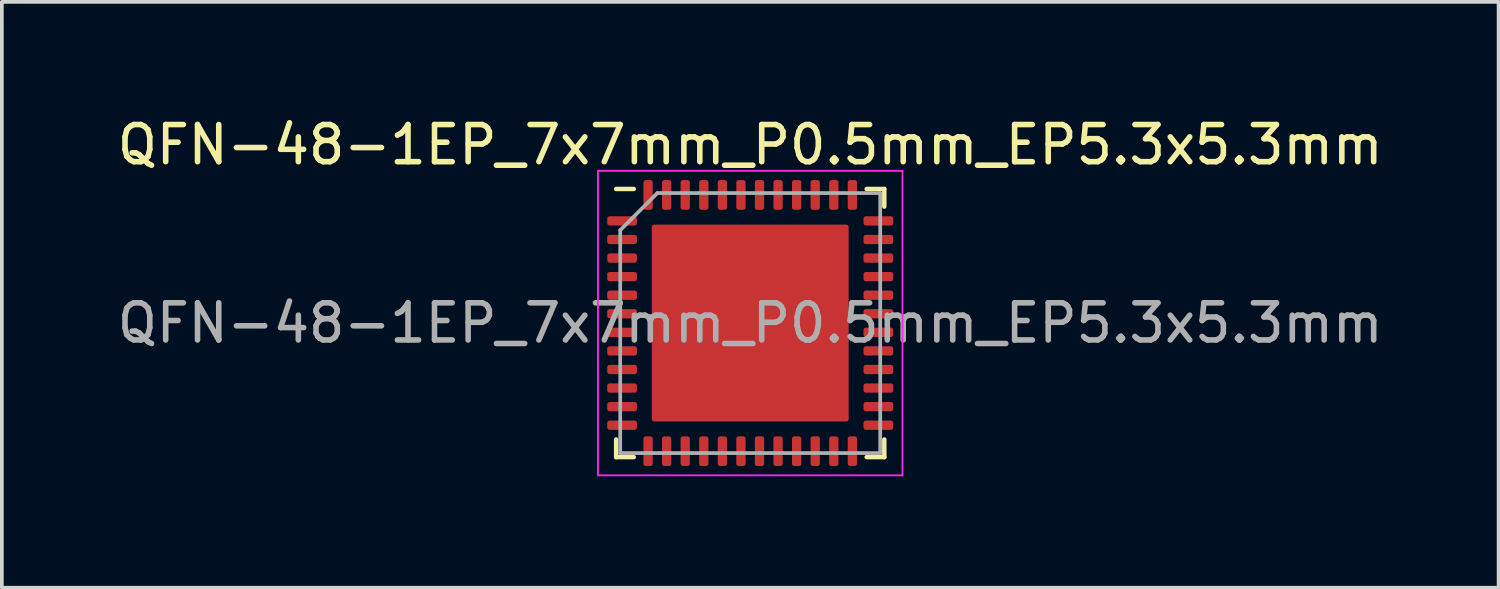
<source format=kicad_pcb>
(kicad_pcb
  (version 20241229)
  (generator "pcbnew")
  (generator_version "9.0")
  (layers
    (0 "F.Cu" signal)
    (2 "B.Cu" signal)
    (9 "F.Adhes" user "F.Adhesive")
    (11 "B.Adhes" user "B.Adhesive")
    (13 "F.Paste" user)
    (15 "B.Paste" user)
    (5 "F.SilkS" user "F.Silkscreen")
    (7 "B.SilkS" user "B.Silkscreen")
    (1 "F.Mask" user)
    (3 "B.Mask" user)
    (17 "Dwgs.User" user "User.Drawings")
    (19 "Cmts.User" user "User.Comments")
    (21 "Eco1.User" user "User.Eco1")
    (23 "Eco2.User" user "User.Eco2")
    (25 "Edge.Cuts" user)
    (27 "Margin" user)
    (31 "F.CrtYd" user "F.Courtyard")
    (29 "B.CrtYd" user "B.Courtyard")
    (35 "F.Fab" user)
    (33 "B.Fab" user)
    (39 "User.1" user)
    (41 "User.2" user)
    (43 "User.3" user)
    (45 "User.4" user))
  (footprint "QFN-48-1EP_7x7mm_P0.5mm_EP5.3x5.3mm"
    (layer "F.Cu")
    (at 17.149 5.648)
    (property "Reference" "QFN-48-1EP_7x7mm_P0.5mm_EP5.3x5.3mm" (at 0 -4.8 0) (layer "F.SilkS") (effects (font (size 1 1) (thickness 0.15))))
    (attr smd)
    (fp_line (start -3.61 3.61) (end -3.61 3.135) (stroke (width 0.12) (type solid)) (layer "F.SilkS"))
    (fp_line (start -3.135 -3.61) (end -3.61 -3.61) (stroke (width 0.12) (type solid)) (layer "F.SilkS"))
    (fp_line (start -3.135 3.61) (end -3.61 3.61) (stroke (width 0.12) (type solid)) (layer "F.SilkS"))
    (fp_line (start 3.135 -3.61) (end 3.61 -3.61) (stroke (width 0.12) (type solid)) (layer "F.SilkS"))
    (fp_line (start 3.135 3.61) (end 3.61 3.61) (stroke (width 0.12) (type solid)) (layer "F.SilkS"))
    (fp_line (start 3.61 -3.61) (end 3.61 -3.135) (stroke (width 0.12) (type solid)) (layer "F.SilkS"))
    (fp_line (start 3.61 3.61) (end 3.61 3.135) (stroke (width 0.12) (type solid)) (layer "F.SilkS"))
    (fp_line (start -4.1 -4.1) (end -4.1 4.1) (stroke (width 0.05) (type solid)) (layer "F.CrtYd"))
    (fp_line (start -4.1 4.1) (end 4.1 4.1) (stroke (width 0.05) (type solid)) (layer "F.CrtYd"))
    (fp_line (start 4.1 -4.1) (end -4.1 -4.1) (stroke (width 0.05) (type solid)) (layer "F.CrtYd"))
    (fp_line (start 4.1 4.1) (end 4.1 -4.1) (stroke (width 0.05) (type solid)) (layer "F.CrtYd"))
    (fp_line (start -3.5 -2.5) (end -2.5 -3.5) (stroke (width 0.1) (type solid)) (layer "F.Fab"))
    (fp_line (start -3.5 3.5) (end -3.5 -2.5) (stroke (width 0.1) (type solid)) (layer "F.Fab"))
    (fp_line (start -2.5 -3.5) (end 3.5 -3.5) (stroke (width 0.1) (type solid)) (layer "F.Fab"))
    (fp_line (start 3.5 -3.5) (end 3.5 3.5) (stroke (width 0.1) (type solid)) (layer "F.Fab"))
    (fp_line (start 3.5 3.5) (end -3.5 3.5) (stroke (width 0.1) (type solid)) (layer "F.Fab"))
    (fp_text user "${REFERENCE}" (at 0 0 0) (layer "F.Fab") (effects (font (size 1 1) (thickness 0.15))))
    (pad "" smd roundrect (at -1.98 -1.98) (size 1.07 1.07) (layers "F.Paste") (roundrect_rratio 0.234))
    (pad "" smd roundrect (at -1.98 -0.66) (size 1.07 1.07) (layers "F.Paste") (roundrect_rratio 0.234))
    (pad "" smd roundrect (at -1.98 0.66) (size 1.07 1.07) (layers "F.Paste") (roundrect_rratio 0.234))
    (pad "" smd roundrect (at -1.98 1.98) (size 1.07 1.07) (layers "F.Paste") (roundrect_rratio 0.234))
    (pad "" smd roundrect (at -0.66 -1.98) (size 1.07 1.07) (layers "F.Paste") (roundrect_rratio 0.234))
    (pad "" smd roundrect (at -0.66 -0.66) (size 1.07 1.07) (layers "F.Paste") (roundrect_rratio 0.234))
    (pad "" smd roundrect (at -0.66 0.66) (size 1.07 1.07) (layers "F.Paste") (roundrect_rratio 0.234))
    (pad "" smd roundrect (at -0.66 1.98) (size 1.07 1.07) (layers "F.Paste") (roundrect_rratio 0.234))
    (pad "" smd roundrect (at 0.66 -1.98) (size 1.07 1.07) (layers "F.Paste") (roundrect_rratio 0.234))
    (pad "" smd roundrect (at 0.66 -0.66) (size 1.07 1.07) (layers "F.Paste") (roundrect_rratio 0.234))
    (pad "" smd roundrect (at 0.66 0.66) (size 1.07 1.07) (layers "F.Paste") (roundrect_rratio 0.234))
    (pad "" smd roundrect (at 0.66 1.98) (size 1.07 1.07) (layers "F.Paste") (roundrect_rratio 0.234))
    (pad "" smd roundrect (at 1.98 -1.98) (size 1.07 1.07) (layers "F.Paste") (roundrect_rratio 0.234))
    (pad "" smd roundrect (at 1.98 -0.66) (size 1.07 1.07) (layers "F.Paste") (roundrect_rratio 0.234))
    (pad "" smd roundrect (at 1.98 0.66) (size 1.07 1.07) (layers "F.Paste") (roundrect_rratio 0.234))
    (pad "" smd roundrect (at 1.98 1.98) (size 1.07 1.07) (layers "F.Paste") (roundrect_rratio 0.234))
    (pad "1" smd roundrect (at -3.45 -2.75) (size 0.8 0.25) (layers "F.Cu" "F.Mask" "F.Paste") (roundrect_rratio 0.25))
    (pad "2" smd roundrect (at -3.45 -2.25) (size 0.8 0.25) (layers "F.Cu" "F.Mask" "F.Paste") (roundrect_rratio 0.25))
    (pad "3" smd roundrect (at -3.45 -1.75) (size 0.8 0.25) (layers "F.Cu" "F.Mask" "F.Paste") (roundrect_rratio 0.25))
    (pad "4" smd roundrect (at -3.45 -1.25) (size 0.8 0.25) (layers "F.Cu" "F.Mask" "F.Paste") (roundrect_rratio 0.25))
    (pad "5" smd roundrect (at -3.45 -0.75) (size 0.8 0.25) (layers "F.Cu" "F.Mask" "F.Paste") (roundrect_rratio 0.25))
    (pad "6" smd roundrect (at -3.45 -0.25) (size 0.8 0.25) (layers "F.Cu" "F.Mask" "F.Paste") (roundrect_rratio 0.25))
    (pad "7" smd roundrect (at -3.45 0.25) (size 0.8 0.25) (layers "F.Cu" "F.Mask" "F.Paste") (roundrect_rratio 0.25))
    (pad "8" smd roundrect (at -3.45 0.75) (size 0.8 0.25) (layers "F.Cu" "F.Mask" "F.Paste") (roundrect_rratio 0.25))
    (pad "9" smd roundrect (at -3.45 1.25) (size 0.8 0.25) (layers "F.Cu" "F.Mask" "F.Paste") (roundrect_rratio 0.25))
    (pad "10" smd roundrect (at -3.45 1.75) (size 0.8 0.25) (layers "F.Cu" "F.Mask" "F.Paste") (roundrect_rratio 0.25))
    (pad "11" smd roundrect (at -3.45 2.25) (size 0.8 0.25) (layers "F.Cu" "F.Mask" "F.Paste") (roundrect_rratio 0.25))
    (pad "12" smd roundrect (at -3.45 2.75) (size 0.8 0.25) (layers "F.Cu" "F.Mask" "F.Paste") (roundrect_rratio 0.25))
    (pad "13" smd roundrect (at -2.75 3.45) (size 0.25 0.8) (layers "F.Cu" "F.Mask" "F.Paste") (roundrect_rratio 0.25))
    (pad "14" smd roundrect (at -2.25 3.45) (size 0.25 0.8) (layers "F.Cu" "F.Mask" "F.Paste") (roundrect_rratio 0.25))
    (pad "15" smd roundrect (at -1.75 3.45) (size 0.25 0.8) (layers "F.Cu" "F.Mask" "F.Paste") (roundrect_rratio 0.25))
    (pad "16" smd roundrect (at -1.25 3.45) (size 0.25 0.8) (layers "F.Cu" "F.Mask" "F.Paste") (roundrect_rratio 0.25))
    (pad "17" smd roundrect (at -0.75 3.45) (size 0.25 0.8) (layers "F.Cu" "F.Mask" "F.Paste") (roundrect_rratio 0.25))
    (pad "18" smd roundrect (at -0.25 3.45) (size 0.25 0.8) (layers "F.Cu" "F.Mask" "F.Paste") (roundrect_rratio 0.25))
    (pad "19" smd roundrect (at 0.25 3.45) (size 0.25 0.8) (layers "F.Cu" "F.Mask" "F.Paste") (roundrect_rratio 0.25))
    (pad "20" smd roundrect (at 0.75 3.45) (size 0.25 0.8) (layers "F.Cu" "F.Mask" "F.Paste") (roundrect_rratio 0.25))
    (pad "21" smd roundrect (at 1.25 3.45) (size 0.25 0.8) (layers "F.Cu" "F.Mask" "F.Paste") (roundrect_rratio 0.25))
    (pad "22" smd roundrect (at 1.75 3.45) (size 0.25 0.8) (layers "F.Cu" "F.Mask" "F.Paste") (roundrect_rratio 0.25))
    (pad "23" smd roundrect (at 2.25 3.45) (size 0.25 0.8) (layers "F.Cu" "F.Mask" "F.Paste") (roundrect_rratio 0.25))
    (pad "24" smd roundrect (at 2.75 3.45) (size 0.25 0.8) (layers "F.Cu" "F.Mask" "F.Paste") (roundrect_rratio 0.25))
    (pad "25" smd roundrect (at 3.45 2.75) (size 0.8 0.25) (layers "F.Cu" "F.Mask" "F.Paste") (roundrect_rratio 0.25))
    (pad "26" smd roundrect (at 3.45 2.25) (size 0.8 0.25) (layers "F.Cu" "F.Mask" "F.Paste") (roundrect_rratio 0.25))
    (pad "27" smd roundrect (at 3.45 1.75) (size 0.8 0.25) (layers "F.Cu" "F.Mask" "F.Paste") (roundrect_rratio 0.25))
    (pad "28" smd roundrect (at 3.45 1.25) (size 0.8 0.25) (layers "F.Cu" "F.Mask" "F.Paste") (roundrect_rratio 0.25))
    (pad "29" smd roundrect (at 3.45 0.75) (size 0.8 0.25) (layers "F.Cu" "F.Mask" "F.Paste") (roundrect_rratio 0.25))
    (pad "30" smd roundrect (at 3.45 0.25) (size 0.8 0.25) (layers "F.Cu" "F.Mask" "F.Paste") (roundrect_rratio 0.25))
    (pad "31" smd roundrect (at 3.45 -0.25) (size 0.8 0.25) (layers "F.Cu" "F.Mask" "F.Paste") (roundrect_rratio 0.25))
    (pad "32" smd roundrect (at 3.45 -0.75) (size 0.8 0.25) (layers "F.Cu" "F.Mask" "F.Paste") (roundrect_rratio 0.25))
    (pad "33" smd roundrect (at 3.45 -1.25) (size 0.8 0.25) (layers "F.Cu" "F.Mask" "F.Paste") (roundrect_rratio 0.25))
    (pad "34" smd roundrect (at 3.45 -1.75) (size 0.8 0.25) (layers "F.Cu" "F.Mask" "F.Paste") (roundrect_rratio 0.25))
    (pad "35" smd roundrect (at 3.45 -2.25) (size 0.8 0.25) (layers "F.Cu" "F.Mask" "F.Paste") (roundrect_rratio 0.25))
    (pad "36" smd roundrect (at 3.45 -2.75) (size 0.8 0.25) (layers "F.Cu" "F.Mask" "F.Paste") (roundrect_rratio 0.25))
    (pad "37" smd roundrect (at 2.75 -3.45) (size 0.25 0.8) (layers "F.Cu" "F.Mask" "F.Paste") (roundrect_rratio 0.25))
    (pad "38" smd roundrect (at 2.25 -3.45) (size 0.25 0.8) (layers "F.Cu" "F.Mask" "F.Paste") (roundrect_rratio 0.25))
    (pad "39" smd roundrect (at 1.75 -3.45) (size 0.25 0.8) (layers "F.Cu" "F.Mask" "F.Paste") (roundrect_rratio 0.25))
    (pad "40" smd roundrect (at 1.25 -3.45) (size 0.25 0.8) (layers "F.Cu" "F.Mask" "F.Paste") (roundrect_rratio 0.25))
    (pad "41" smd roundrect (at 0.75 -3.45) (size 0.25 0.8) (layers "F.Cu" "F.Mask" "F.Paste") (roundrect_rratio 0.25))
    (pad "42" smd roundrect (at 0.25 -3.45) (size 0.25 0.8) (layers "F.Cu" "F.Mask" "F.Paste") (roundrect_rratio 0.25))
    (pad "43" smd roundrect (at -0.25 -3.45) (size 0.25 0.8) (layers "F.Cu" "F.Mask" "F.Paste") (roundrect_rratio 0.25))
    (pad "44" smd roundrect (at -0.75 -3.45) (size 0.25 0.8) (layers "F.Cu" "F.Mask" "F.Paste") (roundrect_rratio 0.25))
    (pad "45" smd roundrect (at -1.25 -3.45) (size 0.25 0.8) (layers "F.Cu" "F.Mask" "F.Paste") (roundrect_rratio 0.25))
    (pad "46" smd roundrect (at -1.75 -3.45) (size 0.25 0.8) (layers "F.Cu" "F.Mask" "F.Paste") (roundrect_rratio 0.25))
    (pad "47" smd roundrect (at -2.25 -3.45) (size 0.25 0.8) (layers "F.Cu" "F.Mask" "F.Paste") (roundrect_rratio 0.25))
    (pad "48" smd roundrect (at -2.75 -3.45) (size 0.25 0.8) (layers "F.Cu" "F.Mask" "F.Paste") (roundrect_rratio 0.25))
    (pad "49" smd roundrect (at 0 0) (size 5.3 5.3) (layers "F.Cu" "F.Mask") (roundrect_rratio 0.012)))
  (gr_rect
    (start -3 -3)
    (end 37.298 12.773)
    (stroke (width 0.1) (type default))
    (fill no)
    (layer "Edge.Cuts")))
</source>
